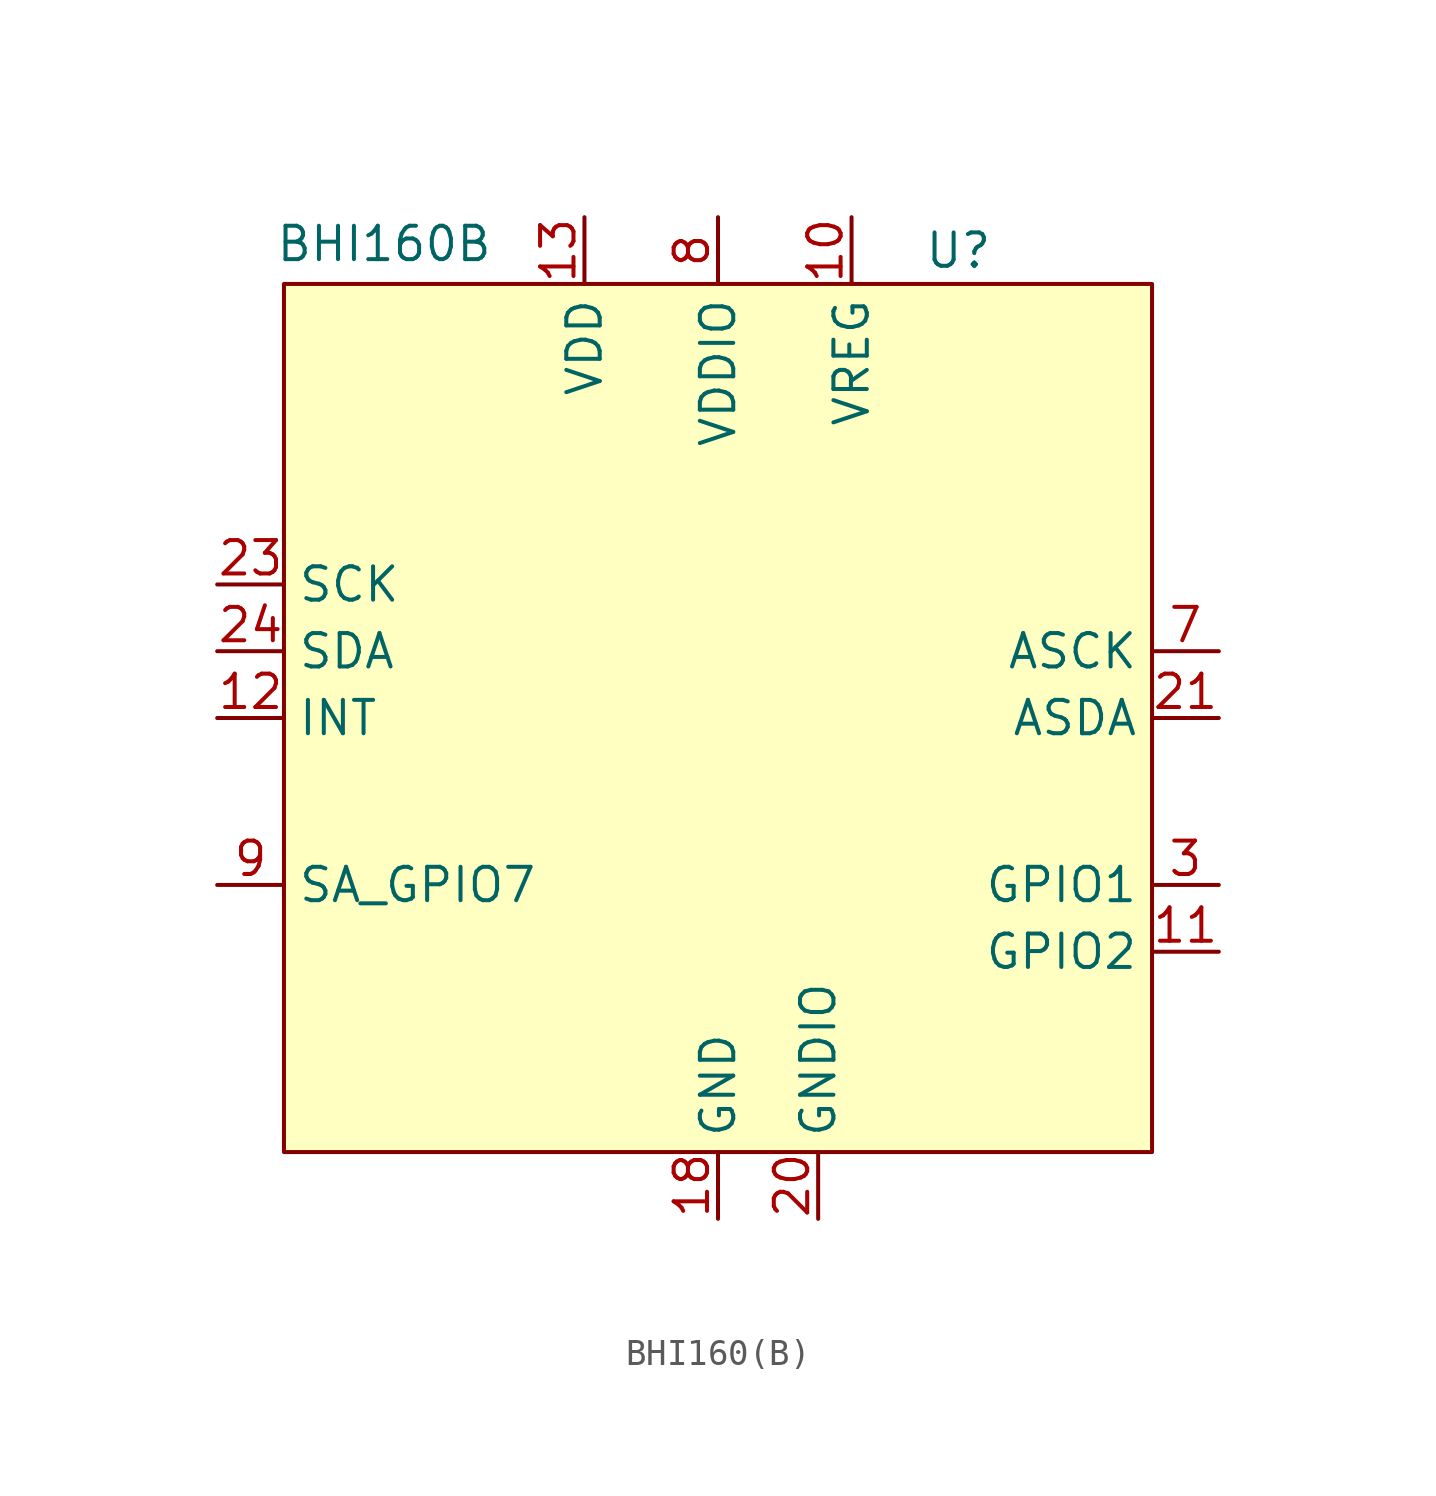
<source format=kicad_sym>
(kicad_symbol_lib
  (version 20231120)
  (generator "kicad_symbol_editor")
  (generator_version "8.0")
  (symbol "BHI160(B)"
    (property "Reference" "U"
      (at 9.144 17.78 0)
      (effects (font (size 1.27 1.27))))
    (property "Value" "BHI160B"
      (at -12.7 18.034 0)
      (effects (font (size 1.27 1.27))))
    (symbol "BHI160(B)_1_0"
      (pin passive line (at 5.08 19.05 270) (length 2.54) (name "VREG" (effects (font (size 1.27 1.27)))) (number "10" (effects (font (size 1.27 1.27)))))
      (pin bidirectional line (at 19.05 -8.89 180) (length 2.54) (name "GPIO2" (effects (font (size 1.27 1.27)))) (number "11" (effects (font (size 1.27 1.27)))))
      (pin output line (at -19.05 0 0) (length 2.54) (name "INT" (effects (font (size 1.27 1.27)))) (number "12" (effects (font (size 1.27 1.27)))))
      (pin power_in line (at -5.08 19.05 270) (length 2.54) (name "VDD" (effects (font (size 1.27 1.27)))) (number "13" (effects (font (size 1.27 1.27)))))
      (pin no_connect line (at 19.05 -13.97 180) (length 2.54) hide (name "NC" (effects (font (size 1.27 1.27)))) (number "14" (effects (font (size 1.27 1.27)))))
      (pin no_connect line (at 19.05 -13.97 180) (length 2.54) hide (name "NC" (effects (font (size 1.27 1.27)))) (number "15" (effects (font (size 1.27 1.27)))))
      (pin no_connect line (at 19.05 -13.97 180) (length 2.54) hide (name "NC" (effects (font (size 1.27 1.27)))) (number "16" (effects (font (size 1.27 1.27)))))
      (pin no_connect line (at 19.05 -13.97 180) (length 2.54) hide (name "NC" (effects (font (size 1.27 1.27)))) (number "17" (effects (font (size 1.27 1.27)))))
      (pin power_in line (at 0 -19.05 90) (length 2.54) (name "GND" (effects (font (size 1.27 1.27)))) (number "18" (effects (font (size 1.27 1.27)))))
      (pin no_connect line (at 19.05 -13.97 180) (length 2.54) hide (name "NC" (effects (font (size 1.27 1.27)))) (number "19" (effects (font (size 1.27 1.27)))))
      (pin no_connect line (at 19.05 -13.97 180) (length 2.54) hide (name "DNC" (effects (font (size 1.27 1.27)))) (number "2" (effects (font (size 1.27 1.27)))))
      (pin power_in line (at 3.81 -19.05 90) (length 2.54) (name "GNDIO" (effects (font (size 1.27 1.27)))) (number "20" (effects (font (size 1.27 1.27)))))
      (pin bidirectional line (at 19.05 0 180) (length 2.54) (name "ASDA" (effects (font (size 1.27 1.27)))) (number "21" (effects (font (size 1.27 1.27)))))
      (pin no_connect line (at 19.05 -13.97 180) (length 2.54) hide (name "RESV4" (effects (font (size 1.27 1.27)))) (number "22" (effects (font (size 1.27 1.27)))))
      (pin input line (at -19.05 5.08 0) (length 2.54) (name "SCK" (effects (font (size 1.27 1.27)))) (number "23" (effects (font (size 1.27 1.27)))))
      (pin bidirectional line (at -19.05 2.54 0) (length 2.54) (name "SDA" (effects (font (size 1.27 1.27)))) (number "24" (effects (font (size 1.27 1.27)))))
      (pin bidirectional line (at 19.05 -6.35 180) (length 2.54) (name "GPIO1" (effects (font (size 1.27 1.27)))) (number "3" (effects (font (size 1.27 1.27)))))
      (pin no_connect line (at 19.05 -13.97 180) (length 2.54) hide (name "RESV2" (effects (font (size 1.27 1.27)))) (number "4" (effects (font (size 1.27 1.27)))))
      (pin no_connect line (at 19.05 -13.97 180) (length 2.54) hide (name "RESV3" (effects (font (size 1.27 1.27)))) (number "5" (effects (font (size 1.27 1.27)))))
      (pin no_connect line (at 19.05 -13.97 180) (length 2.54) hide (name "NC" (effects (font (size 1.27 1.27)))) (number "6" (effects (font (size 1.27 1.27)))))
      (pin output line (at 19.05 2.54 180) (length 2.54) (name "ASCK" (effects (font (size 1.27 1.27)))) (number "7" (effects (font (size 1.27 1.27)))))
      (pin power_in line (at 0 19.05 270) (length 2.54) (name "VDDIO" (effects (font (size 1.27 1.27)))) (number "8" (effects (font (size 1.27 1.27)))))
      (pin bidirectional line (at -19.05 -6.35 0) (length 2.54) (name "SA_GPIO7" (effects (font (size 1.27 1.27)))) (number "9" (effects (font (size 1.27 1.27))))))
    (symbol "BHI160(B)_1_1"
      (rectangle (start -16.51 16.51) (end 16.51 -16.51) (stroke (width 0) (type default)) (fill (type background)))
      (pin no_connect line (at 19.05 -13.97 180) (length 2.54) hide (name "NC" (effects (font (size 1.27 1.27)))) (number "1" (effects (font (size 1.27 1.27))))))))
</source>
